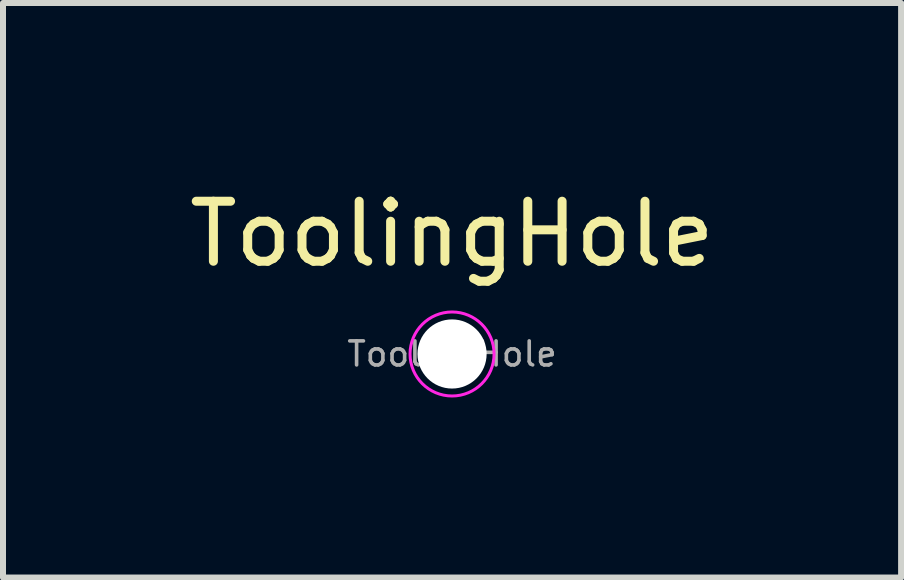
<source format=kicad_pcb>
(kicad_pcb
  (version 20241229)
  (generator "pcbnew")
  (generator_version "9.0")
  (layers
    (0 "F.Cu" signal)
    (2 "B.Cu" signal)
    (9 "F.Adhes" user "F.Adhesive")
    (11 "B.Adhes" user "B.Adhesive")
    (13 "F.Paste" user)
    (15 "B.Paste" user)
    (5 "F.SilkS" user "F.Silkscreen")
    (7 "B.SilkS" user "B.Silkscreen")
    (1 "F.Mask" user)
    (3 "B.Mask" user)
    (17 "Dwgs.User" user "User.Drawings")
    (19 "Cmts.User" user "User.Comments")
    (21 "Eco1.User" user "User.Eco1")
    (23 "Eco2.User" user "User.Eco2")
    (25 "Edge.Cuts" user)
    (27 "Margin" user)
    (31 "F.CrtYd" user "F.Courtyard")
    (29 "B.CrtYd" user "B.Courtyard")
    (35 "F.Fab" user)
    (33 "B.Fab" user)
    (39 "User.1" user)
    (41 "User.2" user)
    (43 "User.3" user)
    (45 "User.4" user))
  (footprint "ToolingHole"
    (layer "F.Cu")
    (at 4.482 2.848)
    (property "Reference" "ToolingHole" (at 0 -2 0) (layer "F.SilkS") (effects (font (size 1 1) (thickness 0.15))))
    (attr smd)
    (fp_circle (center 0 0) (end 0.7 0) (stroke (width 0.05) (type solid)) (fill no) (layer "F.CrtYd"))
    (fp_text user "${REFERENCE}" (at 0 0 0) (layer "F.Fab") (effects (font (size 0.4 0.4) (thickness 0.06))))
    (pad "" np_thru_hole circle (at 0 0) (size 1.152 1.152) (drill 1.152) (layers "*.Cu" "*.Mask")))
  (gr_rect
    (start -3 -3)
    (end 11.964 6.573)
    (stroke (width 0.1) (type default))
    (fill no)
    (layer "Edge.Cuts")))
</source>
